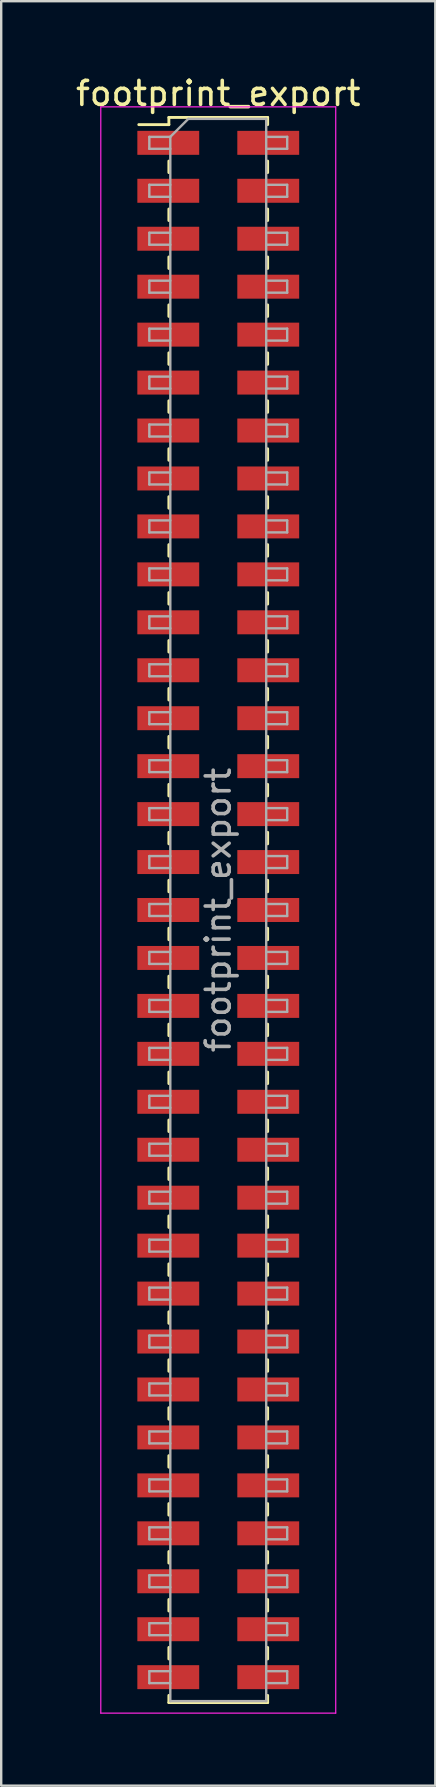
<source format=kicad_pcb>
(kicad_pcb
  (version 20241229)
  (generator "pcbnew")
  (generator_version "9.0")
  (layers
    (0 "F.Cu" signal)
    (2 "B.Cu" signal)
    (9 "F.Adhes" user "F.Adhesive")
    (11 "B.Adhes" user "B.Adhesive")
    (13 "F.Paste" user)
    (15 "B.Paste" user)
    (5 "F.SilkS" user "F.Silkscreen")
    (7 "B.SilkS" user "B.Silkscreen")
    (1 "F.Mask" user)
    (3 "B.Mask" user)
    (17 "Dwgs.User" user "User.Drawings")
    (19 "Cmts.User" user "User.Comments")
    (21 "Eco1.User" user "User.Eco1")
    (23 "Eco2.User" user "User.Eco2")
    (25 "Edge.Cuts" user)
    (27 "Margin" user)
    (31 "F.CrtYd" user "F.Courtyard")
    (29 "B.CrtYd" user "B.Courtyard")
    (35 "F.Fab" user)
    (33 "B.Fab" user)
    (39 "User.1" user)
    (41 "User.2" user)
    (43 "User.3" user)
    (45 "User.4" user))
  (footprint "footprint_export"
    (layer "F.Cu")
    (at 6.054 34.908)
    (property "Reference" "footprint_export" (at 0 -34.06 0) (layer "F.SilkS") (effects (font (size 1 1) (thickness 0.15))))
    (attr smd)
    (fp_line (start -3.315 -32.76) (end -2.06 -32.76) (stroke (width 0.12) (type solid)) (layer "F.SilkS"))
    (fp_line (start -2.06 -33.06) (end -2.06 -32.76) (stroke (width 0.12) (type solid)) (layer "F.SilkS"))
    (fp_line (start -2.06 -33.06) (end 2.06 -33.06) (stroke (width 0.12) (type solid)) (layer "F.SilkS"))
    (fp_line (start -2.06 -31.24) (end -2.06 -30.76) (stroke (width 0.12) (type solid)) (layer "F.SilkS"))
    (fp_line (start -2.06 -29.24) (end -2.06 -28.76) (stroke (width 0.12) (type solid)) (layer "F.SilkS"))
    (fp_line (start -2.06 -27.24) (end -2.06 -26.76) (stroke (width 0.12) (type solid)) (layer "F.SilkS"))
    (fp_line (start -2.06 -25.24) (end -2.06 -24.76) (stroke (width 0.12) (type solid)) (layer "F.SilkS"))
    (fp_line (start -2.06 -23.24) (end -2.06 -22.76) (stroke (width 0.12) (type solid)) (layer "F.SilkS"))
    (fp_line (start -2.06 -21.24) (end -2.06 -20.76) (stroke (width 0.12) (type solid)) (layer "F.SilkS"))
    (fp_line (start -2.06 -19.24) (end -2.06 -18.76) (stroke (width 0.12) (type solid)) (layer "F.SilkS"))
    (fp_line (start -2.06 -17.24) (end -2.06 -16.76) (stroke (width 0.12) (type solid)) (layer "F.SilkS"))
    (fp_line (start -2.06 -15.24) (end -2.06 -14.76) (stroke (width 0.12) (type solid)) (layer "F.SilkS"))
    (fp_line (start -2.06 -13.24) (end -2.06 -12.76) (stroke (width 0.12) (type solid)) (layer "F.SilkS"))
    (fp_line (start -2.06 -11.24) (end -2.06 -10.76) (stroke (width 0.12) (type solid)) (layer "F.SilkS"))
    (fp_line (start -2.06 -9.24) (end -2.06 -8.76) (stroke (width 0.12) (type solid)) (layer "F.SilkS"))
    (fp_line (start -2.06 -7.24) (end -2.06 -6.76) (stroke (width 0.12) (type solid)) (layer "F.SilkS"))
    (fp_line (start -2.06 -5.24) (end -2.06 -4.76) (stroke (width 0.12) (type solid)) (layer "F.SilkS"))
    (fp_line (start -2.06 -3.24) (end -2.06 -2.76) (stroke (width 0.12) (type solid)) (layer "F.SilkS"))
    (fp_line (start -2.06 -1.24) (end -2.06 -0.76) (stroke (width 0.12) (type solid)) (layer "F.SilkS"))
    (fp_line (start -2.06 0.76) (end -2.06 1.24) (stroke (width 0.12) (type solid)) (layer "F.SilkS"))
    (fp_line (start -2.06 2.76) (end -2.06 3.24) (stroke (width 0.12) (type solid)) (layer "F.SilkS"))
    (fp_line (start -2.06 4.76) (end -2.06 5.24) (stroke (width 0.12) (type solid)) (layer "F.SilkS"))
    (fp_line (start -2.06 6.76) (end -2.06 7.24) (stroke (width 0.12) (type solid)) (layer "F.SilkS"))
    (fp_line (start -2.06 8.76) (end -2.06 9.24) (stroke (width 0.12) (type solid)) (layer "F.SilkS"))
    (fp_line (start -2.06 10.76) (end -2.06 11.24) (stroke (width 0.12) (type solid)) (layer "F.SilkS"))
    (fp_line (start -2.06 12.76) (end -2.06 13.24) (stroke (width 0.12) (type solid)) (layer "F.SilkS"))
    (fp_line (start -2.06 14.76) (end -2.06 15.24) (stroke (width 0.12) (type solid)) (layer "F.SilkS"))
    (fp_line (start -2.06 16.76) (end -2.06 17.24) (stroke (width 0.12) (type solid)) (layer "F.SilkS"))
    (fp_line (start -2.06 18.76) (end -2.06 19.24) (stroke (width 0.12) (type solid)) (layer "F.SilkS"))
    (fp_line (start -2.06 20.76) (end -2.06 21.24) (stroke (width 0.12) (type solid)) (layer "F.SilkS"))
    (fp_line (start -2.06 22.76) (end -2.06 23.24) (stroke (width 0.12) (type solid)) (layer "F.SilkS"))
    (fp_line (start -2.06 24.76) (end -2.06 25.24) (stroke (width 0.12) (type solid)) (layer "F.SilkS"))
    (fp_line (start -2.06 26.76) (end -2.06 27.24) (stroke (width 0.12) (type solid)) (layer "F.SilkS"))
    (fp_line (start -2.06 28.76) (end -2.06 29.24) (stroke (width 0.12) (type solid)) (layer "F.SilkS"))
    (fp_line (start -2.06 30.76) (end -2.06 31.24) (stroke (width 0.12) (type solid)) (layer "F.SilkS"))
    (fp_line (start -2.06 32.76) (end -2.06 33.06) (stroke (width 0.12) (type solid)) (layer "F.SilkS"))
    (fp_line (start -2.06 33.06) (end 2.06 33.06) (stroke (width 0.12) (type solid)) (layer "F.SilkS"))
    (fp_line (start 2.06 -33.06) (end 2.06 -32.76) (stroke (width 0.12) (type solid)) (layer "F.SilkS"))
    (fp_line (start 2.06 -31.24) (end 2.06 -30.76) (stroke (width 0.12) (type solid)) (layer "F.SilkS"))
    (fp_line (start 2.06 -29.24) (end 2.06 -28.76) (stroke (width 0.12) (type solid)) (layer "F.SilkS"))
    (fp_line (start 2.06 -27.24) (end 2.06 -26.76) (stroke (width 0.12) (type solid)) (layer "F.SilkS"))
    (fp_line (start 2.06 -25.24) (end 2.06 -24.76) (stroke (width 0.12) (type solid)) (layer "F.SilkS"))
    (fp_line (start 2.06 -23.24) (end 2.06 -22.76) (stroke (width 0.12) (type solid)) (layer "F.SilkS"))
    (fp_line (start 2.06 -21.24) (end 2.06 -20.76) (stroke (width 0.12) (type solid)) (layer "F.SilkS"))
    (fp_line (start 2.06 -19.24) (end 2.06 -18.76) (stroke (width 0.12) (type solid)) (layer "F.SilkS"))
    (fp_line (start 2.06 -17.24) (end 2.06 -16.76) (stroke (width 0.12) (type solid)) (layer "F.SilkS"))
    (fp_line (start 2.06 -15.24) (end 2.06 -14.76) (stroke (width 0.12) (type solid)) (layer "F.SilkS"))
    (fp_line (start 2.06 -13.24) (end 2.06 -12.76) (stroke (width 0.12) (type solid)) (layer "F.SilkS"))
    (fp_line (start 2.06 -11.24) (end 2.06 -10.76) (stroke (width 0.12) (type solid)) (layer "F.SilkS"))
    (fp_line (start 2.06 -9.24) (end 2.06 -8.76) (stroke (width 0.12) (type solid)) (layer "F.SilkS"))
    (fp_line (start 2.06 -7.24) (end 2.06 -6.76) (stroke (width 0.12) (type solid)) (layer "F.SilkS"))
    (fp_line (start 2.06 -5.24) (end 2.06 -4.76) (stroke (width 0.12) (type solid)) (layer "F.SilkS"))
    (fp_line (start 2.06 -3.24) (end 2.06 -2.76) (stroke (width 0.12) (type solid)) (layer "F.SilkS"))
    (fp_line (start 2.06 -1.24) (end 2.06 -0.76) (stroke (width 0.12) (type solid)) (layer "F.SilkS"))
    (fp_line (start 2.06 0.76) (end 2.06 1.24) (stroke (width 0.12) (type solid)) (layer "F.SilkS"))
    (fp_line (start 2.06 2.76) (end 2.06 3.24) (stroke (width 0.12) (type solid)) (layer "F.SilkS"))
    (fp_line (start 2.06 4.76) (end 2.06 5.24) (stroke (width 0.12) (type solid)) (layer "F.SilkS"))
    (fp_line (start 2.06 6.76) (end 2.06 7.24) (stroke (width 0.12) (type solid)) (layer "F.SilkS"))
    (fp_line (start 2.06 8.76) (end 2.06 9.24) (stroke (width 0.12) (type solid)) (layer "F.SilkS"))
    (fp_line (start 2.06 10.76) (end 2.06 11.24) (stroke (width 0.12) (type solid)) (layer "F.SilkS"))
    (fp_line (start 2.06 12.76) (end 2.06 13.24) (stroke (width 0.12) (type solid)) (layer "F.SilkS"))
    (fp_line (start 2.06 14.76) (end 2.06 15.24) (stroke (width 0.12) (type solid)) (layer "F.SilkS"))
    (fp_line (start 2.06 16.76) (end 2.06 17.24) (stroke (width 0.12) (type solid)) (layer "F.SilkS"))
    (fp_line (start 2.06 18.76) (end 2.06 19.24) (stroke (width 0.12) (type solid)) (layer "F.SilkS"))
    (fp_line (start 2.06 20.76) (end 2.06 21.24) (stroke (width 0.12) (type solid)) (layer "F.SilkS"))
    (fp_line (start 2.06 22.76) (end 2.06 23.24) (stroke (width 0.12) (type solid)) (layer "F.SilkS"))
    (fp_line (start 2.06 24.76) (end 2.06 25.24) (stroke (width 0.12) (type solid)) (layer "F.SilkS"))
    (fp_line (start 2.06 26.76) (end 2.06 27.24) (stroke (width 0.12) (type solid)) (layer "F.SilkS"))
    (fp_line (start 2.06 28.76) (end 2.06 29.24) (stroke (width 0.12) (type solid)) (layer "F.SilkS"))
    (fp_line (start 2.06 30.76) (end 2.06 31.24) (stroke (width 0.12) (type solid)) (layer "F.SilkS"))
    (fp_line (start 2.06 32.76) (end 2.06 33.06) (stroke (width 0.12) (type solid)) (layer "F.SilkS"))
    (fp_line (start -4.9 -33.5) (end -4.9 33.5) (stroke (width 0.05) (type solid)) (layer "F.CrtYd"))
    (fp_line (start -4.9 33.5) (end 4.9 33.5) (stroke (width 0.05) (type solid)) (layer "F.CrtYd"))
    (fp_line (start 4.9 -33.5) (end -4.9 -33.5) (stroke (width 0.05) (type solid)) (layer "F.CrtYd"))
    (fp_line (start 4.9 33.5) (end 4.9 -33.5) (stroke (width 0.05) (type solid)) (layer "F.CrtYd"))
    (fp_line (start -2.875 -32.25) (end -2.875 -31.75) (stroke (width 0.1) (type solid)) (layer "F.Fab"))
    (fp_line (start -2.875 -31.75) (end -2 -31.75) (stroke (width 0.1) (type solid)) (layer "F.Fab"))
    (fp_line (start -2.875 -30.25) (end -2.875 -29.75) (stroke (width 0.1) (type solid)) (layer "F.Fab"))
    (fp_line (start -2.875 -29.75) (end -2 -29.75) (stroke (width 0.1) (type solid)) (layer "F.Fab"))
    (fp_line (start -2.875 -28.25) (end -2.875 -27.75) (stroke (width 0.1) (type solid)) (layer "F.Fab"))
    (fp_line (start -2.875 -27.75) (end -2 -27.75) (stroke (width 0.1) (type solid)) (layer "F.Fab"))
    (fp_line (start -2.875 -26.25) (end -2.875 -25.75) (stroke (width 0.1) (type solid)) (layer "F.Fab"))
    (fp_line (start -2.875 -25.75) (end -2 -25.75) (stroke (width 0.1) (type solid)) (layer "F.Fab"))
    (fp_line (start -2.875 -24.25) (end -2.875 -23.75) (stroke (width 0.1) (type solid)) (layer "F.Fab"))
    (fp_line (start -2.875 -23.75) (end -2 -23.75) (stroke (width 0.1) (type solid)) (layer "F.Fab"))
    (fp_line (start -2.875 -22.25) (end -2.875 -21.75) (stroke (width 0.1) (type solid)) (layer "F.Fab"))
    (fp_line (start -2.875 -21.75) (end -2 -21.75) (stroke (width 0.1) (type solid)) (layer "F.Fab"))
    (fp_line (start -2.875 -20.25) (end -2.875 -19.75) (stroke (width 0.1) (type solid)) (layer "F.Fab"))
    (fp_line (start -2.875 -19.75) (end -2 -19.75) (stroke (width 0.1) (type solid)) (layer "F.Fab"))
    (fp_line (start -2.875 -18.25) (end -2.875 -17.75) (stroke (width 0.1) (type solid)) (layer "F.Fab"))
    (fp_line (start -2.875 -17.75) (end -2 -17.75) (stroke (width 0.1) (type solid)) (layer "F.Fab"))
    (fp_line (start -2.875 -16.25) (end -2.875 -15.75) (stroke (width 0.1) (type solid)) (layer "F.Fab"))
    (fp_line (start -2.875 -15.75) (end -2 -15.75) (stroke (width 0.1) (type solid)) (layer "F.Fab"))
    (fp_line (start -2.875 -14.25) (end -2.875 -13.75) (stroke (width 0.1) (type solid)) (layer "F.Fab"))
    (fp_line (start -2.875 -13.75) (end -2 -13.75) (stroke (width 0.1) (type solid)) (layer "F.Fab"))
    (fp_line (start -2.875 -12.25) (end -2.875 -11.75) (stroke (width 0.1) (type solid)) (layer "F.Fab"))
    (fp_line (start -2.875 -11.75) (end -2 -11.75) (stroke (width 0.1) (type solid)) (layer "F.Fab"))
    (fp_line (start -2.875 -10.25) (end -2.875 -9.75) (stroke (width 0.1) (type solid)) (layer "F.Fab"))
    (fp_line (start -2.875 -9.75) (end -2 -9.75) (stroke (width 0.1) (type solid)) (layer "F.Fab"))
    (fp_line (start -2.875 -8.25) (end -2.875 -7.75) (stroke (width 0.1) (type solid)) (layer "F.Fab"))
    (fp_line (start -2.875 -7.75) (end -2 -7.75) (stroke (width 0.1) (type solid)) (layer "F.Fab"))
    (fp_line (start -2.875 -6.25) (end -2.875 -5.75) (stroke (width 0.1) (type solid)) (layer "F.Fab"))
    (fp_line (start -2.875 -5.75) (end -2 -5.75) (stroke (width 0.1) (type solid)) (layer "F.Fab"))
    (fp_line (start -2.875 -4.25) (end -2.875 -3.75) (stroke (width 0.1) (type solid)) (layer "F.Fab"))
    (fp_line (start -2.875 -3.75) (end -2 -3.75) (stroke (width 0.1) (type solid)) (layer "F.Fab"))
    (fp_line (start -2.875 -2.25) (end -2.875 -1.75) (stroke (width 0.1) (type solid)) (layer "F.Fab"))
    (fp_line (start -2.875 -1.75) (end -2 -1.75) (stroke (width 0.1) (type solid)) (layer "F.Fab"))
    (fp_line (start -2.875 -0.25) (end -2.875 0.25) (stroke (width 0.1) (type solid)) (layer "F.Fab"))
    (fp_line (start -2.875 0.25) (end -2 0.25) (stroke (width 0.1) (type solid)) (layer "F.Fab"))
    (fp_line (start -2.875 1.75) (end -2.875 2.25) (stroke (width 0.1) (type solid)) (layer "F.Fab"))
    (fp_line (start -2.875 2.25) (end -2 2.25) (stroke (width 0.1) (type solid)) (layer "F.Fab"))
    (fp_line (start -2.875 3.75) (end -2.875 4.25) (stroke (width 0.1) (type solid)) (layer "F.Fab"))
    (fp_line (start -2.875 4.25) (end -2 4.25) (stroke (width 0.1) (type solid)) (layer "F.Fab"))
    (fp_line (start -2.875 5.75) (end -2.875 6.25) (stroke (width 0.1) (type solid)) (layer "F.Fab"))
    (fp_line (start -2.875 6.25) (end -2 6.25) (stroke (width 0.1) (type solid)) (layer "F.Fab"))
    (fp_line (start -2.875 7.75) (end -2.875 8.25) (stroke (width 0.1) (type solid)) (layer "F.Fab"))
    (fp_line (start -2.875 8.25) (end -2 8.25) (stroke (width 0.1) (type solid)) (layer "F.Fab"))
    (fp_line (start -2.875 9.75) (end -2.875 10.25) (stroke (width 0.1) (type solid)) (layer "F.Fab"))
    (fp_line (start -2.875 10.25) (end -2 10.25) (stroke (width 0.1) (type solid)) (layer "F.Fab"))
    (fp_line (start -2.875 11.75) (end -2.875 12.25) (stroke (width 0.1) (type solid)) (layer "F.Fab"))
    (fp_line (start -2.875 12.25) (end -2 12.25) (stroke (width 0.1) (type solid)) (layer "F.Fab"))
    (fp_line (start -2.875 13.75) (end -2.875 14.25) (stroke (width 0.1) (type solid)) (layer "F.Fab"))
    (fp_line (start -2.875 14.25) (end -2 14.25) (stroke (width 0.1) (type solid)) (layer "F.Fab"))
    (fp_line (start -2.875 15.75) (end -2.875 16.25) (stroke (width 0.1) (type solid)) (layer "F.Fab"))
    (fp_line (start -2.875 16.25) (end -2 16.25) (stroke (width 0.1) (type solid)) (layer "F.Fab"))
    (fp_line (start -2.875 17.75) (end -2.875 18.25) (stroke (width 0.1) (type solid)) (layer "F.Fab"))
    (fp_line (start -2.875 18.25) (end -2 18.25) (stroke (width 0.1) (type solid)) (layer "F.Fab"))
    (fp_line (start -2.875 19.75) (end -2.875 20.25) (stroke (width 0.1) (type solid)) (layer "F.Fab"))
    (fp_line (start -2.875 20.25) (end -2 20.25) (stroke (width 0.1) (type solid)) (layer "F.Fab"))
    (fp_line (start -2.875 21.75) (end -2.875 22.25) (stroke (width 0.1) (type solid)) (layer "F.Fab"))
    (fp_line (start -2.875 22.25) (end -2 22.25) (stroke (width 0.1) (type solid)) (layer "F.Fab"))
    (fp_line (start -2.875 23.75) (end -2.875 24.25) (stroke (width 0.1) (type solid)) (layer "F.Fab"))
    (fp_line (start -2.875 24.25) (end -2 24.25) (stroke (width 0.1) (type solid)) (layer "F.Fab"))
    (fp_line (start -2.875 25.75) (end -2.875 26.25) (stroke (width 0.1) (type solid)) (layer "F.Fab"))
    (fp_line (start -2.875 26.25) (end -2 26.25) (stroke (width 0.1) (type solid)) (layer "F.Fab"))
    (fp_line (start -2.875 27.75) (end -2.875 28.25) (stroke (width 0.1) (type solid)) (layer "F.Fab"))
    (fp_line (start -2.875 28.25) (end -2 28.25) (stroke (width 0.1) (type solid)) (layer "F.Fab"))
    (fp_line (start -2.875 29.75) (end -2.875 30.25) (stroke (width 0.1) (type solid)) (layer "F.Fab"))
    (fp_line (start -2.875 30.25) (end -2 30.25) (stroke (width 0.1) (type solid)) (layer "F.Fab"))
    (fp_line (start -2.875 31.75) (end -2.875 32.25) (stroke (width 0.1) (type solid)) (layer "F.Fab"))
    (fp_line (start -2.875 32.25) (end -2 32.25) (stroke (width 0.1) (type solid)) (layer "F.Fab"))
    (fp_line (start -2 -32.25) (end -2.875 -32.25) (stroke (width 0.1) (type solid)) (layer "F.Fab"))
    (fp_line (start -2 -32.25) (end -1.25 -33) (stroke (width 0.1) (type solid)) (layer "F.Fab"))
    (fp_line (start -2 -30.25) (end -2.875 -30.25) (stroke (width 0.1) (type solid)) (layer "F.Fab"))
    (fp_line (start -2 -28.25) (end -2.875 -28.25) (stroke (width 0.1) (type solid)) (layer "F.Fab"))
    (fp_line (start -2 -26.25) (end -2.875 -26.25) (stroke (width 0.1) (type solid)) (layer "F.Fab"))
    (fp_line (start -2 -24.25) (end -2.875 -24.25) (stroke (width 0.1) (type solid)) (layer "F.Fab"))
    (fp_line (start -2 -22.25) (end -2.875 -22.25) (stroke (width 0.1) (type solid)) (layer "F.Fab"))
    (fp_line (start -2 -20.25) (end -2.875 -20.25) (stroke (width 0.1) (type solid)) (layer "F.Fab"))
    (fp_line (start -2 -18.25) (end -2.875 -18.25) (stroke (width 0.1) (type solid)) (layer "F.Fab"))
    (fp_line (start -2 -16.25) (end -2.875 -16.25) (stroke (width 0.1) (type solid)) (layer "F.Fab"))
    (fp_line (start -2 -14.25) (end -2.875 -14.25) (stroke (width 0.1) (type solid)) (layer "F.Fab"))
    (fp_line (start -2 -12.25) (end -2.875 -12.25) (stroke (width 0.1) (type solid)) (layer "F.Fab"))
    (fp_line (start -2 -10.25) (end -2.875 -10.25) (stroke (width 0.1) (type solid)) (layer "F.Fab"))
    (fp_line (start -2 -8.25) (end -2.875 -8.25) (stroke (width 0.1) (type solid)) (layer "F.Fab"))
    (fp_line (start -2 -6.25) (end -2.875 -6.25) (stroke (width 0.1) (type solid)) (layer "F.Fab"))
    (fp_line (start -2 -4.25) (end -2.875 -4.25) (stroke (width 0.1) (type solid)) (layer "F.Fab"))
    (fp_line (start -2 -2.25) (end -2.875 -2.25) (stroke (width 0.1) (type solid)) (layer "F.Fab"))
    (fp_line (start -2 -0.25) (end -2.875 -0.25) (stroke (width 0.1) (type solid)) (layer "F.Fab"))
    (fp_line (start -2 1.75) (end -2.875 1.75) (stroke (width 0.1) (type solid)) (layer "F.Fab"))
    (fp_line (start -2 3.75) (end -2.875 3.75) (stroke (width 0.1) (type solid)) (layer "F.Fab"))
    (fp_line (start -2 5.75) (end -2.875 5.75) (stroke (width 0.1) (type solid)) (layer "F.Fab"))
    (fp_line (start -2 7.75) (end -2.875 7.75) (stroke (width 0.1) (type solid)) (layer "F.Fab"))
    (fp_line (start -2 9.75) (end -2.875 9.75) (stroke (width 0.1) (type solid)) (layer "F.Fab"))
    (fp_line (start -2 11.75) (end -2.875 11.75) (stroke (width 0.1) (type solid)) (layer "F.Fab"))
    (fp_line (start -2 13.75) (end -2.875 13.75) (stroke (width 0.1) (type solid)) (layer "F.Fab"))
    (fp_line (start -2 15.75) (end -2.875 15.75) (stroke (width 0.1) (type solid)) (layer "F.Fab"))
    (fp_line (start -2 17.75) (end -2.875 17.75) (stroke (width 0.1) (type solid)) (layer "F.Fab"))
    (fp_line (start -2 19.75) (end -2.875 19.75) (stroke (width 0.1) (type solid)) (layer "F.Fab"))
    (fp_line (start -2 21.75) (end -2.875 21.75) (stroke (width 0.1) (type solid)) (layer "F.Fab"))
    (fp_line (start -2 23.75) (end -2.875 23.75) (stroke (width 0.1) (type solid)) (layer "F.Fab"))
    (fp_line (start -2 25.75) (end -2.875 25.75) (stroke (width 0.1) (type solid)) (layer "F.Fab"))
    (fp_line (start -2 27.75) (end -2.875 27.75) (stroke (width 0.1) (type solid)) (layer "F.Fab"))
    (fp_line (start -2 29.75) (end -2.875 29.75) (stroke (width 0.1) (type solid)) (layer "F.Fab"))
    (fp_line (start -2 31.75) (end -2.875 31.75) (stroke (width 0.1) (type solid)) (layer "F.Fab"))
    (fp_line (start -2 33) (end -2 -32.25) (stroke (width 0.1) (type solid)) (layer "F.Fab"))
    (fp_line (start -1.25 -33) (end 2 -33) (stroke (width 0.1) (type solid)) (layer "F.Fab"))
    (fp_line (start 2 -33) (end 2 33) (stroke (width 0.1) (type solid)) (layer "F.Fab"))
    (fp_line (start 2 -32.25) (end 2.875 -32.25) (stroke (width 0.1) (type solid)) (layer "F.Fab"))
    (fp_line (start 2 -30.25) (end 2.875 -30.25) (stroke (width 0.1) (type solid)) (layer "F.Fab"))
    (fp_line (start 2 -28.25) (end 2.875 -28.25) (stroke (width 0.1) (type solid)) (layer "F.Fab"))
    (fp_line (start 2 -26.25) (end 2.875 -26.25) (stroke (width 0.1) (type solid)) (layer "F.Fab"))
    (fp_line (start 2 -24.25) (end 2.875 -24.25) (stroke (width 0.1) (type solid)) (layer "F.Fab"))
    (fp_line (start 2 -22.25) (end 2.875 -22.25) (stroke (width 0.1) (type solid)) (layer "F.Fab"))
    (fp_line (start 2 -20.25) (end 2.875 -20.25) (stroke (width 0.1) (type solid)) (layer "F.Fab"))
    (fp_line (start 2 -18.25) (end 2.875 -18.25) (stroke (width 0.1) (type solid)) (layer "F.Fab"))
    (fp_line (start 2 -16.25) (end 2.875 -16.25) (stroke (width 0.1) (type solid)) (layer "F.Fab"))
    (fp_line (start 2 -14.25) (end 2.875 -14.25) (stroke (width 0.1) (type solid)) (layer "F.Fab"))
    (fp_line (start 2 -12.25) (end 2.875 -12.25) (stroke (width 0.1) (type solid)) (layer "F.Fab"))
    (fp_line (start 2 -10.25) (end 2.875 -10.25) (stroke (width 0.1) (type solid)) (layer "F.Fab"))
    (fp_line (start 2 -8.25) (end 2.875 -8.25) (stroke (width 0.1) (type solid)) (layer "F.Fab"))
    (fp_line (start 2 -6.25) (end 2.875 -6.25) (stroke (width 0.1) (type solid)) (layer "F.Fab"))
    (fp_line (start 2 -4.25) (end 2.875 -4.25) (stroke (width 0.1) (type solid)) (layer "F.Fab"))
    (fp_line (start 2 -2.25) (end 2.875 -2.25) (stroke (width 0.1) (type solid)) (layer "F.Fab"))
    (fp_line (start 2 -0.25) (end 2.875 -0.25) (stroke (width 0.1) (type solid)) (layer "F.Fab"))
    (fp_line (start 2 1.75) (end 2.875 1.75) (stroke (width 0.1) (type solid)) (layer "F.Fab"))
    (fp_line (start 2 3.75) (end 2.875 3.75) (stroke (width 0.1) (type solid)) (layer "F.Fab"))
    (fp_line (start 2 5.75) (end 2.875 5.75) (stroke (width 0.1) (type solid)) (layer "F.Fab"))
    (fp_line (start 2 7.75) (end 2.875 7.75) (stroke (width 0.1) (type solid)) (layer "F.Fab"))
    (fp_line (start 2 9.75) (end 2.875 9.75) (stroke (width 0.1) (type solid)) (layer "F.Fab"))
    (fp_line (start 2 11.75) (end 2.875 11.75) (stroke (width 0.1) (type solid)) (layer "F.Fab"))
    (fp_line (start 2 13.75) (end 2.875 13.75) (stroke (width 0.1) (type solid)) (layer "F.Fab"))
    (fp_line (start 2 15.75) (end 2.875 15.75) (stroke (width 0.1) (type solid)) (layer "F.Fab"))
    (fp_line (start 2 17.75) (end 2.875 17.75) (stroke (width 0.1) (type solid)) (layer "F.Fab"))
    (fp_line (start 2 19.75) (end 2.875 19.75) (stroke (width 0.1) (type solid)) (layer "F.Fab"))
    (fp_line (start 2 21.75) (end 2.875 21.75) (stroke (width 0.1) (type solid)) (layer "F.Fab"))
    (fp_line (start 2 23.75) (end 2.875 23.75) (stroke (width 0.1) (type solid)) (layer "F.Fab"))
    (fp_line (start 2 25.75) (end 2.875 25.75) (stroke (width 0.1) (type solid)) (layer "F.Fab"))
    (fp_line (start 2 27.75) (end 2.875 27.75) (stroke (width 0.1) (type solid)) (layer "F.Fab"))
    (fp_line (start 2 29.75) (end 2.875 29.75) (stroke (width 0.1) (type solid)) (layer "F.Fab"))
    (fp_line (start 2 31.75) (end 2.875 31.75) (stroke (width 0.1) (type solid)) (layer "F.Fab"))
    (fp_line (start 2 33) (end -2 33) (stroke (width 0.1) (type solid)) (layer "F.Fab"))
    (fp_line (start 2.875 -32.25) (end 2.875 -31.75) (stroke (width 0.1) (type solid)) (layer "F.Fab"))
    (fp_line (start 2.875 -31.75) (end 2 -31.75) (stroke (width 0.1) (type solid)) (layer "F.Fab"))
    (fp_line (start 2.875 -30.25) (end 2.875 -29.75) (stroke (width 0.1) (type solid)) (layer "F.Fab"))
    (fp_line (start 2.875 -29.75) (end 2 -29.75) (stroke (width 0.1) (type solid)) (layer "F.Fab"))
    (fp_line (start 2.875 -28.25) (end 2.875 -27.75) (stroke (width 0.1) (type solid)) (layer "F.Fab"))
    (fp_line (start 2.875 -27.75) (end 2 -27.75) (stroke (width 0.1) (type solid)) (layer "F.Fab"))
    (fp_line (start 2.875 -26.25) (end 2.875 -25.75) (stroke (width 0.1) (type solid)) (layer "F.Fab"))
    (fp_line (start 2.875 -25.75) (end 2 -25.75) (stroke (width 0.1) (type solid)) (layer "F.Fab"))
    (fp_line (start 2.875 -24.25) (end 2.875 -23.75) (stroke (width 0.1) (type solid)) (layer "F.Fab"))
    (fp_line (start 2.875 -23.75) (end 2 -23.75) (stroke (width 0.1) (type solid)) (layer "F.Fab"))
    (fp_line (start 2.875 -22.25) (end 2.875 -21.75) (stroke (width 0.1) (type solid)) (layer "F.Fab"))
    (fp_line (start 2.875 -21.75) (end 2 -21.75) (stroke (width 0.1) (type solid)) (layer "F.Fab"))
    (fp_line (start 2.875 -20.25) (end 2.875 -19.75) (stroke (width 0.1) (type solid)) (layer "F.Fab"))
    (fp_line (start 2.875 -19.75) (end 2 -19.75) (stroke (width 0.1) (type solid)) (layer "F.Fab"))
    (fp_line (start 2.875 -18.25) (end 2.875 -17.75) (stroke (width 0.1) (type solid)) (layer "F.Fab"))
    (fp_line (start 2.875 -17.75) (end 2 -17.75) (stroke (width 0.1) (type solid)) (layer "F.Fab"))
    (fp_line (start 2.875 -16.25) (end 2.875 -15.75) (stroke (width 0.1) (type solid)) (layer "F.Fab"))
    (fp_line (start 2.875 -15.75) (end 2 -15.75) (stroke (width 0.1) (type solid)) (layer "F.Fab"))
    (fp_line (start 2.875 -14.25) (end 2.875 -13.75) (stroke (width 0.1) (type solid)) (layer "F.Fab"))
    (fp_line (start 2.875 -13.75) (end 2 -13.75) (stroke (width 0.1) (type solid)) (layer "F.Fab"))
    (fp_line (start 2.875 -12.25) (end 2.875 -11.75) (stroke (width 0.1) (type solid)) (layer "F.Fab"))
    (fp_line (start 2.875 -11.75) (end 2 -11.75) (stroke (width 0.1) (type solid)) (layer "F.Fab"))
    (fp_line (start 2.875 -10.25) (end 2.875 -9.75) (stroke (width 0.1) (type solid)) (layer "F.Fab"))
    (fp_line (start 2.875 -9.75) (end 2 -9.75) (stroke (width 0.1) (type solid)) (layer "F.Fab"))
    (fp_line (start 2.875 -8.25) (end 2.875 -7.75) (stroke (width 0.1) (type solid)) (layer "F.Fab"))
    (fp_line (start 2.875 -7.75) (end 2 -7.75) (stroke (width 0.1) (type solid)) (layer "F.Fab"))
    (fp_line (start 2.875 -6.25) (end 2.875 -5.75) (stroke (width 0.1) (type solid)) (layer "F.Fab"))
    (fp_line (start 2.875 -5.75) (end 2 -5.75) (stroke (width 0.1) (type solid)) (layer "F.Fab"))
    (fp_line (start 2.875 -4.25) (end 2.875 -3.75) (stroke (width 0.1) (type solid)) (layer "F.Fab"))
    (fp_line (start 2.875 -3.75) (end 2 -3.75) (stroke (width 0.1) (type solid)) (layer "F.Fab"))
    (fp_line (start 2.875 -2.25) (end 2.875 -1.75) (stroke (width 0.1) (type solid)) (layer "F.Fab"))
    (fp_line (start 2.875 -1.75) (end 2 -1.75) (stroke (width 0.1) (type solid)) (layer "F.Fab"))
    (fp_line (start 2.875 -0.25) (end 2.875 0.25) (stroke (width 0.1) (type solid)) (layer "F.Fab"))
    (fp_line (start 2.875 0.25) (end 2 0.25) (stroke (width 0.1) (type solid)) (layer "F.Fab"))
    (fp_line (start 2.875 1.75) (end 2.875 2.25) (stroke (width 0.1) (type solid)) (layer "F.Fab"))
    (fp_line (start 2.875 2.25) (end 2 2.25) (stroke (width 0.1) (type solid)) (layer "F.Fab"))
    (fp_line (start 2.875 3.75) (end 2.875 4.25) (stroke (width 0.1) (type solid)) (layer "F.Fab"))
    (fp_line (start 2.875 4.25) (end 2 4.25) (stroke (width 0.1) (type solid)) (layer "F.Fab"))
    (fp_line (start 2.875 5.75) (end 2.875 6.25) (stroke (width 0.1) (type solid)) (layer "F.Fab"))
    (fp_line (start 2.875 6.25) (end 2 6.25) (stroke (width 0.1) (type solid)) (layer "F.Fab"))
    (fp_line (start 2.875 7.75) (end 2.875 8.25) (stroke (width 0.1) (type solid)) (layer "F.Fab"))
    (fp_line (start 2.875 8.25) (end 2 8.25) (stroke (width 0.1) (type solid)) (layer "F.Fab"))
    (fp_line (start 2.875 9.75) (end 2.875 10.25) (stroke (width 0.1) (type solid)) (layer "F.Fab"))
    (fp_line (start 2.875 10.25) (end 2 10.25) (stroke (width 0.1) (type solid)) (layer "F.Fab"))
    (fp_line (start 2.875 11.75) (end 2.875 12.25) (stroke (width 0.1) (type solid)) (layer "F.Fab"))
    (fp_line (start 2.875 12.25) (end 2 12.25) (stroke (width 0.1) (type solid)) (layer "F.Fab"))
    (fp_line (start 2.875 13.75) (end 2.875 14.25) (stroke (width 0.1) (type solid)) (layer "F.Fab"))
    (fp_line (start 2.875 14.25) (end 2 14.25) (stroke (width 0.1) (type solid)) (layer "F.Fab"))
    (fp_line (start 2.875 15.75) (end 2.875 16.25) (stroke (width 0.1) (type solid)) (layer "F.Fab"))
    (fp_line (start 2.875 16.25) (end 2 16.25) (stroke (width 0.1) (type solid)) (layer "F.Fab"))
    (fp_line (start 2.875 17.75) (end 2.875 18.25) (stroke (width 0.1) (type solid)) (layer "F.Fab"))
    (fp_line (start 2.875 18.25) (end 2 18.25) (stroke (width 0.1) (type solid)) (layer "F.Fab"))
    (fp_line (start 2.875 19.75) (end 2.875 20.25) (stroke (width 0.1) (type solid)) (layer "F.Fab"))
    (fp_line (start 2.875 20.25) (end 2 20.25) (stroke (width 0.1) (type solid)) (layer "F.Fab"))
    (fp_line (start 2.875 21.75) (end 2.875 22.25) (stroke (width 0.1) (type solid)) (layer "F.Fab"))
    (fp_line (start 2.875 22.25) (end 2 22.25) (stroke (width 0.1) (type solid)) (layer "F.Fab"))
    (fp_line (start 2.875 23.75) (end 2.875 24.25) (stroke (width 0.1) (type solid)) (layer "F.Fab"))
    (fp_line (start 2.875 24.25) (end 2 24.25) (stroke (width 0.1) (type solid)) (layer "F.Fab"))
    (fp_line (start 2.875 25.75) (end 2.875 26.25) (stroke (width 0.1) (type solid)) (layer "F.Fab"))
    (fp_line (start 2.875 26.25) (end 2 26.25) (stroke (width 0.1) (type solid)) (layer "F.Fab"))
    (fp_line (start 2.875 27.75) (end 2.875 28.25) (stroke (width 0.1) (type solid)) (layer "F.Fab"))
    (fp_line (start 2.875 28.25) (end 2 28.25) (stroke (width 0.1) (type solid)) (layer "F.Fab"))
    (fp_line (start 2.875 29.75) (end 2.875 30.25) (stroke (width 0.1) (type solid)) (layer "F.Fab"))
    (fp_line (start 2.875 30.25) (end 2 30.25) (stroke (width 0.1) (type solid)) (layer "F.Fab"))
    (fp_line (start 2.875 31.75) (end 2.875 32.25) (stroke (width 0.1) (type solid)) (layer "F.Fab"))
    (fp_line (start 2.875 32.25) (end 2 32.25) (stroke (width 0.1) (type solid)) (layer "F.Fab"))
    (fp_text user "${REFERENCE}" (at 0 0 90) (layer "F.Fab") (effects (font (size 1 1) (thickness 0.15))))
    (pad "1" smd rect (at -2.085 -32) (size 2.58 1) (layers "F.Cu" "F.Mask" "F.Paste"))
    (pad "2" smd rect (at 2.085 -32) (size 2.58 1) (layers "F.Cu" "F.Mask" "F.Paste"))
    (pad "3" smd rect (at -2.085 -30) (size 2.58 1) (layers "F.Cu" "F.Mask" "F.Paste"))
    (pad "4" smd rect (at 2.085 -30) (size 2.58 1) (layers "F.Cu" "F.Mask" "F.Paste"))
    (pad "5" smd rect (at -2.085 -28) (size 2.58 1) (layers "F.Cu" "F.Mask" "F.Paste"))
    (pad "6" smd rect (at 2.085 -28) (size 2.58 1) (layers "F.Cu" "F.Mask" "F.Paste"))
    (pad "7" smd rect (at -2.085 -26) (size 2.58 1) (layers "F.Cu" "F.Mask" "F.Paste"))
    (pad "8" smd rect (at 2.085 -26) (size 2.58 1) (layers "F.Cu" "F.Mask" "F.Paste"))
    (pad "9" smd rect (at -2.085 -24) (size 2.58 1) (layers "F.Cu" "F.Mask" "F.Paste"))
    (pad "10" smd rect (at 2.085 -24) (size 2.58 1) (layers "F.Cu" "F.Mask" "F.Paste"))
    (pad "11" smd rect (at -2.085 -22) (size 2.58 1) (layers "F.Cu" "F.Mask" "F.Paste"))
    (pad "12" smd rect (at 2.085 -22) (size 2.58 1) (layers "F.Cu" "F.Mask" "F.Paste"))
    (pad "13" smd rect (at -2.085 -20) (size 2.58 1) (layers "F.Cu" "F.Mask" "F.Paste"))
    (pad "14" smd rect (at 2.085 -20) (size 2.58 1) (layers "F.Cu" "F.Mask" "F.Paste"))
    (pad "15" smd rect (at -2.085 -18) (size 2.58 1) (layers "F.Cu" "F.Mask" "F.Paste"))
    (pad "16" smd rect (at 2.085 -18) (size 2.58 1) (layers "F.Cu" "F.Mask" "F.Paste"))
    (pad "17" smd rect (at -2.085 -16) (size 2.58 1) (layers "F.Cu" "F.Mask" "F.Paste"))
    (pad "18" smd rect (at 2.085 -16) (size 2.58 1) (layers "F.Cu" "F.Mask" "F.Paste"))
    (pad "19" smd rect (at -2.085 -14) (size 2.58 1) (layers "F.Cu" "F.Mask" "F.Paste"))
    (pad "20" smd rect (at 2.085 -14) (size 2.58 1) (layers "F.Cu" "F.Mask" "F.Paste"))
    (pad "21" smd rect (at -2.085 -12) (size 2.58 1) (layers "F.Cu" "F.Mask" "F.Paste"))
    (pad "22" smd rect (at 2.085 -12) (size 2.58 1) (layers "F.Cu" "F.Mask" "F.Paste"))
    (pad "23" smd rect (at -2.085 -10) (size 2.58 1) (layers "F.Cu" "F.Mask" "F.Paste"))
    (pad "24" smd rect (at 2.085 -10) (size 2.58 1) (layers "F.Cu" "F.Mask" "F.Paste"))
    (pad "25" smd rect (at -2.085 -8) (size 2.58 1) (layers "F.Cu" "F.Mask" "F.Paste"))
    (pad "26" smd rect (at 2.085 -8) (size 2.58 1) (layers "F.Cu" "F.Mask" "F.Paste"))
    (pad "27" smd rect (at -2.085 -6) (size 2.58 1) (layers "F.Cu" "F.Mask" "F.Paste"))
    (pad "28" smd rect (at 2.085 -6) (size 2.58 1) (layers "F.Cu" "F.Mask" "F.Paste"))
    (pad "29" smd rect (at -2.085 -4) (size 2.58 1) (layers "F.Cu" "F.Mask" "F.Paste"))
    (pad "30" smd rect (at 2.085 -4) (size 2.58 1) (layers "F.Cu" "F.Mask" "F.Paste"))
    (pad "31" smd rect (at -2.085 -2) (size 2.58 1) (layers "F.Cu" "F.Mask" "F.Paste"))
    (pad "32" smd rect (at 2.085 -2) (size 2.58 1) (layers "F.Cu" "F.Mask" "F.Paste"))
    (pad "33" smd rect (at -2.085 0) (size 2.58 1) (layers "F.Cu" "F.Mask" "F.Paste"))
    (pad "34" smd rect (at 2.085 0) (size 2.58 1) (layers "F.Cu" "F.Mask" "F.Paste"))
    (pad "35" smd rect (at -2.085 2) (size 2.58 1) (layers "F.Cu" "F.Mask" "F.Paste"))
    (pad "36" smd rect (at 2.085 2) (size 2.58 1) (layers "F.Cu" "F.Mask" "F.Paste"))
    (pad "37" smd rect (at -2.085 4) (size 2.58 1) (layers "F.Cu" "F.Mask" "F.Paste"))
    (pad "38" smd rect (at 2.085 4) (size 2.58 1) (layers "F.Cu" "F.Mask" "F.Paste"))
    (pad "39" smd rect (at -2.085 6) (size 2.58 1) (layers "F.Cu" "F.Mask" "F.Paste"))
    (pad "40" smd rect (at 2.085 6) (size 2.58 1) (layers "F.Cu" "F.Mask" "F.Paste"))
    (pad "41" smd rect (at -2.085 8) (size 2.58 1) (layers "F.Cu" "F.Mask" "F.Paste"))
    (pad "42" smd rect (at 2.085 8) (size 2.58 1) (layers "F.Cu" "F.Mask" "F.Paste"))
    (pad "43" smd rect (at -2.085 10) (size 2.58 1) (layers "F.Cu" "F.Mask" "F.Paste"))
    (pad "44" smd rect (at 2.085 10) (size 2.58 1) (layers "F.Cu" "F.Mask" "F.Paste"))
    (pad "45" smd rect (at -2.085 12) (size 2.58 1) (layers "F.Cu" "F.Mask" "F.Paste"))
    (pad "46" smd rect (at 2.085 12) (size 2.58 1) (layers "F.Cu" "F.Mask" "F.Paste"))
    (pad "47" smd rect (at -2.085 14) (size 2.58 1) (layers "F.Cu" "F.Mask" "F.Paste"))
    (pad "48" smd rect (at 2.085 14) (size 2.58 1) (layers "F.Cu" "F.Mask" "F.Paste"))
    (pad "49" smd rect (at -2.085 16) (size 2.58 1) (layers "F.Cu" "F.Mask" "F.Paste"))
    (pad "50" smd rect (at 2.085 16) (size 2.58 1) (layers "F.Cu" "F.Mask" "F.Paste"))
    (pad "51" smd rect (at -2.085 18) (size 2.58 1) (layers "F.Cu" "F.Mask" "F.Paste"))
    (pad "52" smd rect (at 2.085 18) (size 2.58 1) (layers "F.Cu" "F.Mask" "F.Paste"))
    (pad "53" smd rect (at -2.085 20) (size 2.58 1) (layers "F.Cu" "F.Mask" "F.Paste"))
    (pad "54" smd rect (at 2.085 20) (size 2.58 1) (layers "F.Cu" "F.Mask" "F.Paste"))
    (pad "55" smd rect (at -2.085 22) (size 2.58 1) (layers "F.Cu" "F.Mask" "F.Paste"))
    (pad "56" smd rect (at 2.085 22) (size 2.58 1) (layers "F.Cu" "F.Mask" "F.Paste"))
    (pad "57" smd rect (at -2.085 24) (size 2.58 1) (layers "F.Cu" "F.Mask" "F.Paste"))
    (pad "58" smd rect (at 2.085 24) (size 2.58 1) (layers "F.Cu" "F.Mask" "F.Paste"))
    (pad "59" smd rect (at -2.085 26) (size 2.58 1) (layers "F.Cu" "F.Mask" "F.Paste"))
    (pad "60" smd rect (at 2.085 26) (size 2.58 1) (layers "F.Cu" "F.Mask" "F.Paste"))
    (pad "61" smd rect (at -2.085 28) (size 2.58 1) (layers "F.Cu" "F.Mask" "F.Paste"))
    (pad "62" smd rect (at 2.085 28) (size 2.58 1) (layers "F.Cu" "F.Mask" "F.Paste"))
    (pad "63" smd rect (at -2.085 30) (size 2.58 1) (layers "F.Cu" "F.Mask" "F.Paste"))
    (pad "64" smd rect (at 2.085 30) (size 2.58 1) (layers "F.Cu" "F.Mask" "F.Paste"))
    (pad "65" smd rect (at -2.085 32) (size 2.58 1) (layers "F.Cu" "F.Mask" "F.Paste"))
    (pad "66" smd rect (at 2.085 32) (size 2.58 1) (layers "F.Cu" "F.Mask" "F.Paste")))
  (gr_rect
    (start -3 -3)
    (end 15.107 71.433)
    (stroke (width 0.1) (type default))
    (fill no)
    (layer "Edge.Cuts")))
</source>
